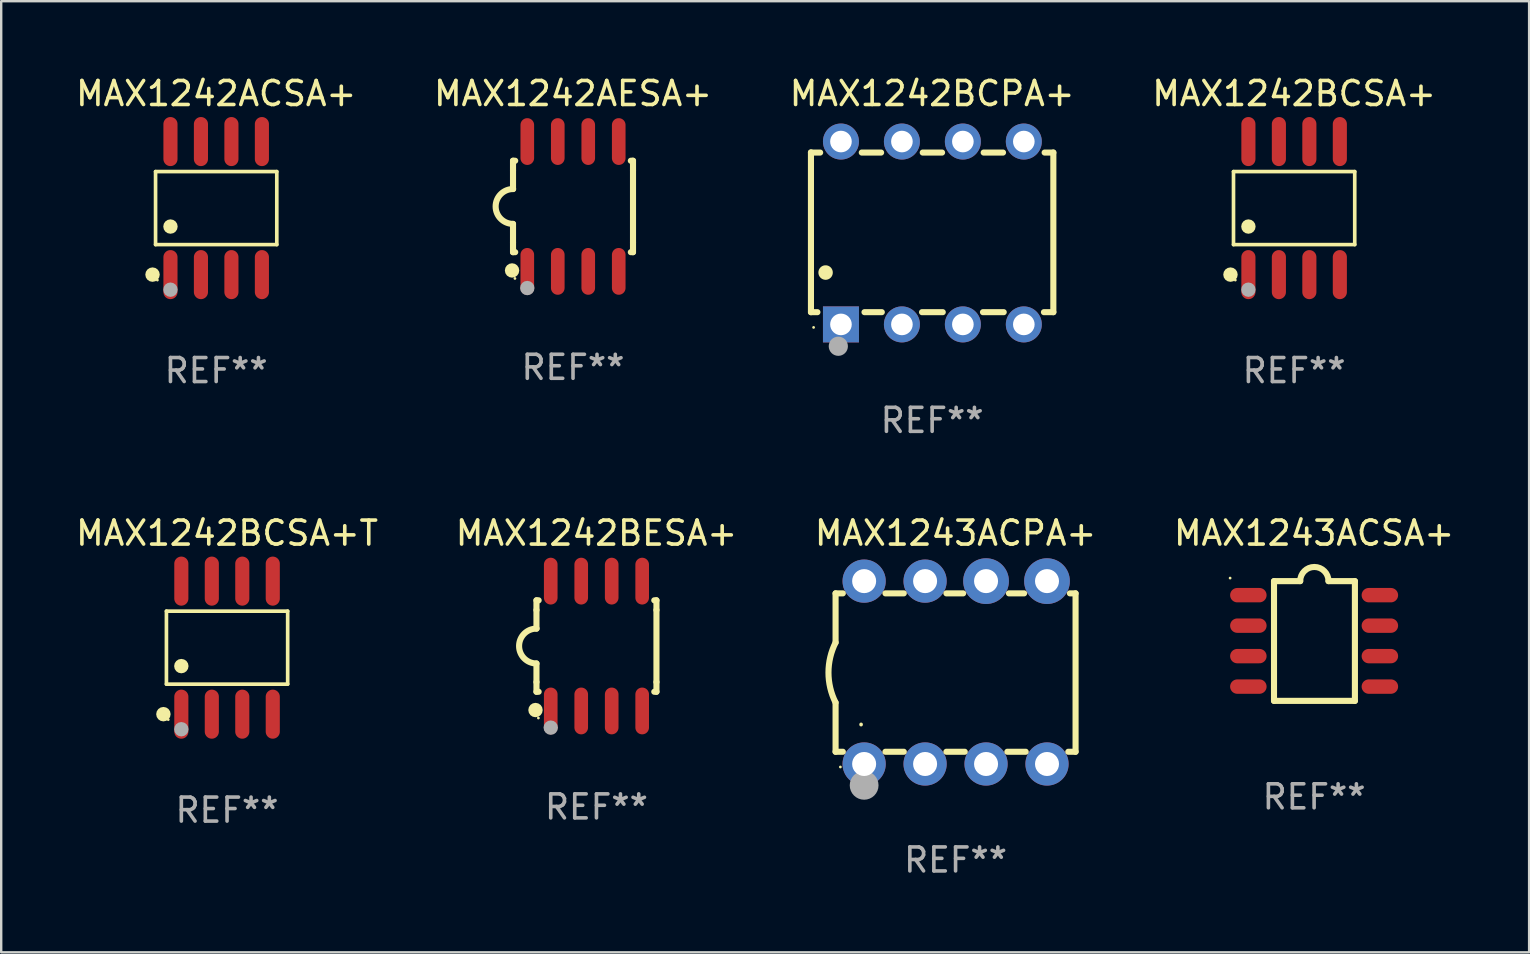
<source format=kicad_pcb>
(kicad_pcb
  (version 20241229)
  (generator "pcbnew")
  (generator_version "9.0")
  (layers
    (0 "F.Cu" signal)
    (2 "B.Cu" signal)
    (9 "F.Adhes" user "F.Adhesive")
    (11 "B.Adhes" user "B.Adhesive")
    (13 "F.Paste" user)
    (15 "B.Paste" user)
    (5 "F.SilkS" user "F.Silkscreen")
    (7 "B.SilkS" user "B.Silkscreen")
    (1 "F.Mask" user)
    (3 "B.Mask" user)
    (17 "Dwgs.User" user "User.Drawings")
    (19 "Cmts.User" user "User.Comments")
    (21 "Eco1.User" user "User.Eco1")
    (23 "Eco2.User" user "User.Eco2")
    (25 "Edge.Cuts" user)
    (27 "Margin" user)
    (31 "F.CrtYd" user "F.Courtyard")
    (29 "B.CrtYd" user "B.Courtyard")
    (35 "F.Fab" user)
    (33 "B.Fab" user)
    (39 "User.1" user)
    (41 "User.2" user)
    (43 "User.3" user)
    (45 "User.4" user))
  (footprint "MAX1242BCPA+"
    (layer "F.Cu")
    (at 35.792 6.658)
    (property "Reference" "MAX1242BCPA+" (at 0 -5.81 0) (layer "F.SilkS") (effects (font (size 1 1) (thickness 0.15))))
    (attr through_hole)
    (fp_line (start -5.05 -3.36) (end -5.05 3.3) (stroke (width 0.254) (type solid)) (layer "F.SilkS"))
    (fp_line (start -5.05 3.3) (end -4.781 3.3) (stroke (width 0.254) (type solid)) (layer "F.SilkS"))
    (fp_line (start -4.667 -3.351) (end -5.05 -3.351) (stroke (width 0.254) (type solid)) (layer "F.SilkS"))
    (fp_line (start -2.819 3.3) (end -2.098 3.3) (stroke (width 0.254) (type solid)) (layer "F.SilkS"))
    (fp_line (start -2.127 -3.351) (end -2.933 -3.351) (stroke (width 0.254) (type solid)) (layer "F.SilkS"))
    (fp_line (start -0.422 3.3) (end 0.442 3.3) (stroke (width 0.254) (type solid)) (layer "F.SilkS"))
    (fp_line (start 0.413 -3.351) (end -0.393 -3.351) (stroke (width 0.254) (type solid)) (layer "F.SilkS"))
    (fp_line (start 2.118 3.3) (end 2.982 3.3) (stroke (width 0.254) (type solid)) (layer "F.SilkS"))
    (fp_line (start 2.953 -3.351) (end 2.147 -3.351) (stroke (width 0.254) (type solid)) (layer "F.SilkS"))
    (fp_line (start 4.658 3.3) (end 5.05 3.3) (stroke (width 0.254) (type solid)) (layer "F.SilkS"))
    (fp_line (start 5.05 -3.351) (end 4.687 -3.351) (stroke (width 0.254) (type solid)) (layer "F.SilkS"))
    (fp_line (start 5.05 3.3) (end 5.05 -3.351) (stroke (width 0.254) (type solid)) (layer "F.SilkS"))
    (fp_arc (start -4.440094 1.651003) (mid -4.440105 1.648463) (end -4.440094 1.645923) (stroke (width 0.6) (type solid)) (layer "F.SilkS"))
    (fp_circle (center -4.94 3.935) (end -4.91 3.935) (stroke (width 0.06) (type solid)) (fill no) (layer "F.SilkS"))
    (fp_circle (center -3.91 4.72) (end -3.71 4.72) (stroke (width 0.4) (type solid)) (fill no) (layer "F.Fab"))
    (fp_text user "REF**" (at 0 7.81 0) (layer "F.Fab") (effects (font (size 1 1) (thickness 0.15))))
    (pad "1" thru_hole rect (at -3.8 3.81) (size 1.5 1.5) (drill 0.9) (layers "*.Cu" "*.Mask"))
    (pad "2" thru_hole circle (at -1.26 3.81) (size 1.5 1.5) (drill 0.9) (layers "*.Cu" "*.Mask"))
    (pad "3" thru_hole circle (at 1.28 3.81) (size 1.5 1.5) (drill 0.9) (layers "*.Cu" "*.Mask"))
    (pad "4" thru_hole circle (at 3.82 3.81) (size 1.5 1.5) (drill 0.9) (layers "*.Cu" "*.Mask"))
    (pad "5" thru_hole circle (at 3.82 -3.81) (size 1.5 1.5) (drill 0.9) (layers "*.Cu" "*.Mask"))
    (pad "6" thru_hole circle (at 1.28 -3.81) (size 1.5 1.5) (drill 0.9) (layers "*.Cu" "*.Mask"))
    (pad "7" thru_hole circle (at -1.26 -3.81) (size 1.5 1.5) (drill 0.9) (layers "*.Cu" "*.Mask"))
    (pad "8" thru_hole circle (at -3.8 -3.81) (size 1.5 1.5) (drill 0.9) (layers "*.Cu" "*.Mask")))
  (footprint "MAX1242BCSA+T"
    (layer "F.Cu")
    (at 6.411 23.937)
    (property "Reference" "MAX1242BCSA+T" (at 0 -4.772 0) (layer "F.SilkS") (effects (font (size 1 1) (thickness 0.15))))
    (attr through_hole)
    (fp_line (start -2.526 -1.521) (end 2.526 -1.521) (stroke (width 0.152) (type solid)) (layer "F.SilkS"))
    (fp_line (start -2.526 1.521) (end -2.526 -1.521) (stroke (width 0.152) (type solid)) (layer "F.SilkS"))
    (fp_line (start 2.526 -1.521) (end 2.526 1.521) (stroke (width 0.152) (type solid)) (layer "F.SilkS"))
    (fp_line (start 2.526 1.521) (end -2.526 1.521) (stroke (width 0.152) (type solid)) (layer "F.SilkS"))
    (fp_circle (center -2.652 2.772) (end -2.501 2.772) (stroke (width 0.3) (type solid)) (fill no) (layer "F.SilkS"))
    (fp_circle (center -2.45 3) (end -2.42 3) (stroke (width 0.06) (type solid)) (fill no) (layer "F.SilkS"))
    (fp_circle (center -1.905 0.769) (end -1.755 0.769) (stroke (width 0.3) (type solid)) (fill no) (layer "F.SilkS"))
    (fp_circle (center -1.905 3.4) (end -1.755 3.4) (stroke (width 0.3) (type solid)) (fill no) (layer "F.Fab"))
    (fp_text user "REF**" (at 0 6.772 0) (layer "F.Fab") (effects (font (size 1 1) (thickness 0.15))))
    (pad "1" smd oval (at -1.905 2.772) (size 0.588 2.045) (layers "F.Cu" "F.Mask" "F.Paste"))
    (pad "2" smd oval (at -0.635 2.772) (size 0.588 2.045) (layers "F.Cu" "F.Mask" "F.Paste"))
    (pad "3" smd oval (at 0.635 2.772) (size 0.588 2.045) (layers "F.Cu" "F.Mask" "F.Paste"))
    (pad "4" smd oval (at 1.905 2.772) (size 0.588 2.045) (layers "F.Cu" "F.Mask" "F.Paste"))
    (pad "5" smd oval (at 1.905 -2.772) (size 0.588 2.045) (layers "F.Cu" "F.Mask" "F.Paste"))
    (pad "6" smd oval (at 0.635 -2.772) (size 0.588 2.045) (layers "F.Cu" "F.Mask" "F.Paste"))
    (pad "7" smd oval (at -0.635 -2.772) (size 0.588 2.045) (layers "F.Cu" "F.Mask" "F.Paste"))
    (pad "8" smd oval (at -1.905 -2.772) (size 0.588 2.045) (layers "F.Cu" "F.Mask" "F.Paste")))
  (footprint "MAX1242BESA+"
    (layer "F.Cu")
    (at 21.804 23.87)
    (property "Reference" "MAX1242BESA+" (at 0 -4.705 0) (layer "F.SilkS") (effects (font (size 1 1) (thickness 0.15))))
    (attr through_hole)
    (fp_line (start -2.5 -1.905) (end -2.409 -1.905) (stroke (width 0.254) (type solid)) (layer "F.SilkS"))
    (fp_line (start -2.5 -1.5) (end -2.5 -1.905) (stroke (width 0.254) (type solid)) (layer "F.SilkS"))
    (fp_line (start -2.5 -1.5) (end -2.5 -0.726) (stroke (width 0.254) (type solid)) (layer "F.SilkS"))
    (fp_line (start -2.5 1.5) (end -2.5 0.727) (stroke (width 0.254) (type solid)) (layer "F.SilkS"))
    (fp_line (start -2.5 1.5) (end -2.5 1.905) (stroke (width 0.254) (type solid)) (layer "F.SilkS"))
    (fp_line (start -2.5 1.905) (end -2.409 1.905) (stroke (width 0.254) (type solid)) (layer "F.SilkS"))
    (fp_line (start 2.5 -1.905) (end 2.409 -1.905) (stroke (width 0.254) (type solid)) (layer "F.SilkS"))
    (fp_line (start 2.5 -1.5) (end 2.5 -1.905) (stroke (width 0.254) (type solid)) (layer "F.SilkS"))
    (fp_line (start 2.5 -1.5) (end 2.5 1.5) (stroke (width 0.254) (type solid)) (layer "F.SilkS"))
    (fp_line (start 2.5 1.5) (end 2.5 1.905) (stroke (width 0.254) (type solid)) (layer "F.SilkS"))
    (fp_line (start 2.5 1.905) (end 2.409 1.905) (stroke (width 0.254) (type solid)) (layer "F.SilkS"))
    (fp_arc (start -2.5 0.726568) (mid -3.220316 -0.0023) (end -2.495097 -0.726289) (stroke (width 0.254001) (type solid)) (layer "F.SilkS"))
    (fp_circle (center -2.54 2.667) (end -2.39 2.667) (stroke (width 0.3) (type solid)) (fill no) (layer "F.SilkS"))
    (fp_circle (center -2.42 3) (end -2.39 3) (stroke (width 0.06) (type solid)) (fill no) (layer "F.SilkS"))
    (fp_circle (center -1.905 3.4) (end -1.755 3.4) (stroke (width 0.3) (type solid)) (fill no) (layer "F.Fab"))
    (fp_text user "REF**" (at 0 6.705 0) (layer "F.Fab") (effects (font (size 1 1) (thickness 0.15))))
    (pad "1" smd oval (at -1.905 2.705) (size 0.568 1.95) (layers "F.Cu" "F.Mask" "F.Paste"))
    (pad "2" smd oval (at -0.635 2.705) (size 0.568 1.95) (layers "F.Cu" "F.Mask" "F.Paste"))
    (pad "3" smd oval (at 0.635 2.705) (size 0.568 1.95) (layers "F.Cu" "F.Mask" "F.Paste"))
    (pad "4" smd oval (at 1.905 2.705) (size 0.568 1.95) (layers "F.Cu" "F.Mask" "F.Paste"))
    (pad "5" smd oval (at 1.905 -2.705) (size 0.568 1.95) (layers "F.Cu" "F.Mask" "F.Paste"))
    (pad "6" smd oval (at 0.635 -2.705) (size 0.568 1.95) (layers "F.Cu" "F.Mask" "F.Paste"))
    (pad "7" smd oval (at -0.635 -2.705) (size 0.568 1.95) (layers "F.Cu" "F.Mask" "F.Paste"))
    (pad "8" smd oval (at -1.905 -2.705) (size 0.568 1.95) (layers "F.Cu" "F.Mask" "F.Paste")))
  (footprint "MAX1243ACSA+"
    (layer "F.Cu")
    (at 51.708 23.66)
    (property "Reference" "MAX1243ACSA+" (at 0 -4.495 0) (layer "F.SilkS") (effects (font (size 1 1) (thickness 0.15))))
    (attr through_hole)
    (fp_line (start -1.671 -2.495) (end -0.58 -2.495) (stroke (width 0.254) (type solid)) (layer "F.SilkS"))
    (fp_line (start -1.671 2.495) (end -1.671 -2.495) (stroke (width 0.254) (type solid)) (layer "F.SilkS"))
    (fp_line (start 0.6 -2.495) (end 1.7 -2.495) (stroke (width 0.254) (type solid)) (layer "F.SilkS"))
    (fp_line (start 1.7 -2.495) (end 1.7 2.495) (stroke (width 0.254) (type solid)) (layer "F.SilkS"))
    (fp_line (start 1.7 2.495) (end -1.671 2.495) (stroke (width 0.254) (type solid)) (layer "F.SilkS"))
    (fp_arc (start -0.58001 -2.495009) (mid 0.009995 -3.083327) (end 0.6 -2.495009) (stroke (width 0.254001) (type solid)) (layer "F.SilkS"))
    (fp_circle (center -3.5 -2.622) (end -3.47 -2.622) (stroke (width 0.06) (type solid)) (fill no) (layer "F.SilkS"))
    (fp_text user "REF**" (at 0 6.495 0) (layer "F.Fab") (effects (font (size 1 1) (thickness 0.15))))
    (pad "1" smd oval (at -2.74 -1.91 90) (size 0.6 1.52) (layers "F.Cu" "F.Mask" "F.Paste"))
    (pad "2" smd oval (at -2.74 -0.64 90) (size 0.6 1.52) (layers "F.Cu" "F.Mask" "F.Paste"))
    (pad "3" smd oval (at -2.74 0.63 90) (size 0.6 1.52) (layers "F.Cu" "F.Mask" "F.Paste"))
    (pad "4" smd oval (at -2.74 1.9 90) (size 0.6 1.52) (layers "F.Cu" "F.Mask" "F.Paste"))
    (pad "5" smd oval (at 2.74 1.9 90) (size 0.6 1.52) (layers "F.Cu" "F.Mask" "F.Paste"))
    (pad "6" smd oval (at 2.74 0.63 90) (size 0.6 1.52) (layers "F.Cu" "F.Mask" "F.Paste"))
    (pad "7" smd oval (at 2.74 -0.64 90) (size 0.6 1.52) (layers "F.Cu" "F.Mask" "F.Paste"))
    (pad "8" smd oval (at 2.74 -1.91 90) (size 0.6 1.52) (layers "F.Cu" "F.Mask" "F.Paste")))
  (footprint "MAX1243ACPA+"
    (layer "F.Cu")
    (at 36.768 24.975)
    (property "Reference" "MAX1243ACPA+" (at 0 -5.81 0) (layer "F.SilkS") (effects (font (size 1 1) (thickness 0.15))))
    (attr through_hole)
    (fp_line (start -5 -3.3) (end -5 -1.25) (stroke (width 0.254) (type solid)) (layer "F.SilkS"))
    (fp_line (start -5 -3.3) (end -4.698 -3.3) (stroke (width 0.254) (type solid)) (layer "F.SilkS"))
    (fp_line (start -5 3.3) (end -5 1.25) (stroke (width 0.254) (type solid)) (layer "F.SilkS"))
    (fp_line (start -5 3.3) (end -4.698 3.3) (stroke (width 0.254) (type solid)) (layer "F.SilkS"))
    (fp_line (start -2.922 -3.3) (end -2.158 -3.3) (stroke (width 0.254) (type solid)) (layer "F.SilkS"))
    (fp_line (start -2.922 3.3) (end -2.158 3.3) (stroke (width 0.254) (type solid)) (layer "F.SilkS"))
    (fp_line (start -0.382 -3.3) (end 0.316 -3.3) (stroke (width 0.254) (type solid)) (layer "F.SilkS"))
    (fp_line (start -0.382 3.3) (end 0.382 3.3) (stroke (width 0.254) (type solid)) (layer "F.SilkS"))
    (fp_line (start 2.158 3.3) (end 2.922 3.3) (stroke (width 0.254) (type solid)) (layer "F.SilkS"))
    (fp_line (start 2.224 -3.3) (end 2.856 -3.3) (stroke (width 0.254) (type solid)) (layer "F.SilkS"))
    (fp_line (start 4.698 3.3) (end 5 3.3) (stroke (width 0.254) (type solid)) (layer "F.SilkS"))
    (fp_line (start 4.764 -3.3) (end 5 -3.3) (stroke (width 0.254) (type solid)) (layer "F.SilkS"))
    (fp_line (start 5 -3.3) (end 5 3.3) (stroke (width 0.254) (type solid)) (layer "F.SilkS"))
    (fp_arc (start -5.00127 1.249682) (mid -5.295892 -0.000313) (end -5.000025 -1.250013) (stroke (width 0.254001) (type solid)) (layer "F.SilkS"))
    (fp_arc (start -3.937262 2.170256) (mid -3.937197 2.164629) (end -3.937008 2.159004) (stroke (width 0.149987) (type solid)) (layer "F.SilkS"))
    (fp_circle (center -4.8 3.935) (end -4.77 3.935) (stroke (width 0.06) (type solid)) (fill no) (layer "F.SilkS"))
    (fp_circle (center -3.81 4.699) (end -3.51 4.699) (stroke (width 0.6) (type solid)) (fill no) (layer "F.Fab"))
    (fp_text user "REF**" (at 0 7.81 0) (layer "F.Fab") (effects (font (size 1 1) (thickness 0.15))))
    (pad "1" thru_hole circle (at -3.81 3.81) (size 1.8 1.8) (drill 1) (layers "*.Cu" "*.Mask"))
    (pad "2" thru_hole circle (at -1.27 3.81) (size 1.8 1.8) (drill 1) (layers "*.Cu" "*.Mask"))
    (pad "3" thru_hole circle (at 1.27 3.81) (size 1.8 1.8) (drill 1) (layers "*.Cu" "*.Mask"))
    (pad "4" thru_hole circle (at 3.81 3.81) (size 1.8 1.8) (drill 1) (layers "*.Cu" "*.Mask"))
    (pad "5" thru_hole circle (at 3.81 -3.81) (size 1.905 1.905) (drill 1) (layers "*.Cu" "*.Mask"))
    (pad "6" thru_hole circle (at 1.27 -3.81) (size 1.905 1.905) (drill 1) (layers "*.Cu" "*.Mask"))
    (pad "7" thru_hole circle (at -1.27 -3.81) (size 1.8 1.8) (drill 1) (layers "*.Cu" "*.Mask"))
    (pad "8" thru_hole circle (at -3.81 -3.81) (size 1.8 1.8) (drill 1) (layers "*.Cu" "*.Mask")))
  (footprint "MAX1242AESA+"
    (layer "F.Cu")
    (at 20.827 5.553)
    (property "Reference" "MAX1242AESA+" (at 0 -4.705 0) (layer "F.SilkS") (effects (font (size 1 1) (thickness 0.15))))
    (attr through_hole)
    (fp_line (start -2.5 -1.905) (end -2.409 -1.905) (stroke (width 0.254) (type solid)) (layer "F.SilkS"))
    (fp_line (start -2.5 -1.5) (end -2.5 -1.905) (stroke (width 0.254) (type solid)) (layer "F.SilkS"))
    (fp_line (start -2.5 -1.5) (end -2.5 -0.726) (stroke (width 0.254) (type solid)) (layer "F.SilkS"))
    (fp_line (start -2.5 1.5) (end -2.5 0.727) (stroke (width 0.254) (type solid)) (layer "F.SilkS"))
    (fp_line (start -2.5 1.5) (end -2.5 1.905) (stroke (width 0.254) (type solid)) (layer "F.SilkS"))
    (fp_line (start -2.5 1.905) (end -2.409 1.905) (stroke (width 0.254) (type solid)) (layer "F.SilkS"))
    (fp_line (start 2.5 -1.905) (end 2.409 -1.905) (stroke (width 0.254) (type solid)) (layer "F.SilkS"))
    (fp_line (start 2.5 -1.5) (end 2.5 -1.905) (stroke (width 0.254) (type solid)) (layer "F.SilkS"))
    (fp_line (start 2.5 -1.5) (end 2.5 1.5) (stroke (width 0.254) (type solid)) (layer "F.SilkS"))
    (fp_line (start 2.5 1.5) (end 2.5 1.905) (stroke (width 0.254) (type solid)) (layer "F.SilkS"))
    (fp_line (start 2.5 1.905) (end 2.409 1.905) (stroke (width 0.254) (type solid)) (layer "F.SilkS"))
    (fp_arc (start -2.5 0.726568) (mid -3.220316 -0.0023) (end -2.495097 -0.726289) (stroke (width 0.254001) (type solid)) (layer "F.SilkS"))
    (fp_circle (center -2.54 2.667) (end -2.39 2.667) (stroke (width 0.3) (type solid)) (fill no) (layer "F.SilkS"))
    (fp_circle (center -2.42 3) (end -2.39 3) (stroke (width 0.06) (type solid)) (fill no) (layer "F.SilkS"))
    (fp_circle (center -1.905 3.4) (end -1.755 3.4) (stroke (width 0.3) (type solid)) (fill no) (layer "F.Fab"))
    (fp_text user "REF**" (at 0 6.705 0) (layer "F.Fab") (effects (font (size 1 1) (thickness 0.15))))
    (pad "1" smd oval (at -1.905 2.705) (size 0.568 1.95) (layers "F.Cu" "F.Mask" "F.Paste"))
    (pad "2" smd oval (at -0.635 2.705) (size 0.568 1.95) (layers "F.Cu" "F.Mask" "F.Paste"))
    (pad "3" smd oval (at 0.635 2.705) (size 0.568 1.95) (layers "F.Cu" "F.Mask" "F.Paste"))
    (pad "4" smd oval (at 1.905 2.705) (size 0.568 1.95) (layers "F.Cu" "F.Mask" "F.Paste"))
    (pad "5" smd oval (at 1.905 -2.705) (size 0.568 1.95) (layers "F.Cu" "F.Mask" "F.Paste"))
    (pad "6" smd oval (at 0.635 -2.705) (size 0.568 1.95) (layers "F.Cu" "F.Mask" "F.Paste"))
    (pad "7" smd oval (at -0.635 -2.705) (size 0.568 1.95) (layers "F.Cu" "F.Mask" "F.Paste"))
    (pad "8" smd oval (at -1.905 -2.705) (size 0.568 1.95) (layers "F.Cu" "F.Mask" "F.Paste")))
  (footprint "MAX1242ACSA+"
    (layer "F.Cu")
    (at 5.958 5.621)
    (property "Reference" "MAX1242ACSA+" (at 0 -4.772 0) (layer "F.SilkS") (effects (font (size 1 1) (thickness 0.15))))
    (attr through_hole)
    (fp_line (start -2.526 -1.521) (end 2.526 -1.521) (stroke (width 0.152) (type solid)) (layer "F.SilkS"))
    (fp_line (start -2.526 1.521) (end -2.526 -1.521) (stroke (width 0.152) (type solid)) (layer "F.SilkS"))
    (fp_line (start 2.526 -1.521) (end 2.526 1.521) (stroke (width 0.152) (type solid)) (layer "F.SilkS"))
    (fp_line (start 2.526 1.521) (end -2.526 1.521) (stroke (width 0.152) (type solid)) (layer "F.SilkS"))
    (fp_circle (center -2.652 2.772) (end -2.501 2.772) (stroke (width 0.3) (type solid)) (fill no) (layer "F.SilkS"))
    (fp_circle (center -2.45 3) (end -2.42 3) (stroke (width 0.06) (type solid)) (fill no) (layer "F.SilkS"))
    (fp_circle (center -1.905 0.769) (end -1.755 0.769) (stroke (width 0.3) (type solid)) (fill no) (layer "F.SilkS"))
    (fp_circle (center -1.905 3.4) (end -1.755 3.4) (stroke (width 0.3) (type solid)) (fill no) (layer "F.Fab"))
    (fp_text user "REF**" (at 0 6.772 0) (layer "F.Fab") (effects (font (size 1 1) (thickness 0.15))))
    (pad "1" smd oval (at -1.905 2.772) (size 0.588 2.045) (layers "F.Cu" "F.Mask" "F.Paste"))
    (pad "2" smd oval (at -0.635 2.772) (size 0.588 2.045) (layers "F.Cu" "F.Mask" "F.Paste"))
    (pad "3" smd oval (at 0.635 2.772) (size 0.588 2.045) (layers "F.Cu" "F.Mask" "F.Paste"))
    (pad "4" smd oval (at 1.905 2.772) (size 0.588 2.045) (layers "F.Cu" "F.Mask" "F.Paste"))
    (pad "5" smd oval (at 1.905 -2.772) (size 0.588 2.045) (layers "F.Cu" "F.Mask" "F.Paste"))
    (pad "6" smd oval (at 0.635 -2.772) (size 0.588 2.045) (layers "F.Cu" "F.Mask" "F.Paste"))
    (pad "7" smd oval (at -0.635 -2.772) (size 0.588 2.045) (layers "F.Cu" "F.Mask" "F.Paste"))
    (pad "8" smd oval (at -1.905 -2.772) (size 0.588 2.045) (layers "F.Cu" "F.Mask" "F.Paste")))
  (footprint "MAX1242BCSA+"
    (layer "F.Cu")
    (at 50.875 5.621)
    (property "Reference" "MAX1242BCSA+" (at 0 -4.772 0) (layer "F.SilkS") (effects (font (size 1 1) (thickness 0.15))))
    (attr through_hole)
    (fp_line (start -2.526 -1.521) (end 2.526 -1.521) (stroke (width 0.152) (type solid)) (layer "F.SilkS"))
    (fp_line (start -2.526 1.521) (end -2.526 -1.521) (stroke (width 0.152) (type solid)) (layer "F.SilkS"))
    (fp_line (start 2.526 -1.521) (end 2.526 1.521) (stroke (width 0.152) (type solid)) (layer "F.SilkS"))
    (fp_line (start 2.526 1.521) (end -2.526 1.521) (stroke (width 0.152) (type solid)) (layer "F.SilkS"))
    (fp_circle (center -2.652 2.772) (end -2.501 2.772) (stroke (width 0.3) (type solid)) (fill no) (layer "F.SilkS"))
    (fp_circle (center -2.45 3) (end -2.42 3) (stroke (width 0.06) (type solid)) (fill no) (layer "F.SilkS"))
    (fp_circle (center -1.905 0.769) (end -1.755 0.769) (stroke (width 0.3) (type solid)) (fill no) (layer "F.SilkS"))
    (fp_circle (center -1.905 3.4) (end -1.755 3.4) (stroke (width 0.3) (type solid)) (fill no) (layer "F.Fab"))
    (fp_text user "REF**" (at 0 6.772 0) (layer "F.Fab") (effects (font (size 1 1) (thickness 0.15))))
    (pad "1" smd oval (at -1.905 2.772) (size 0.588 2.045) (layers "F.Cu" "F.Mask" "F.Paste"))
    (pad "2" smd oval (at -0.635 2.772) (size 0.588 2.045) (layers "F.Cu" "F.Mask" "F.Paste"))
    (pad "3" smd oval (at 0.635 2.772) (size 0.588 2.045) (layers "F.Cu" "F.Mask" "F.Paste"))
    (pad "4" smd oval (at 1.905 2.772) (size 0.588 2.045) (layers "F.Cu" "F.Mask" "F.Paste"))
    (pad "5" smd oval (at 1.905 -2.772) (size 0.588 2.045) (layers "F.Cu" "F.Mask" "F.Paste"))
    (pad "6" smd oval (at 0.635 -2.772) (size 0.588 2.045) (layers "F.Cu" "F.Mask" "F.Paste"))
    (pad "7" smd oval (at -0.635 -2.772) (size 0.588 2.045) (layers "F.Cu" "F.Mask" "F.Paste"))
    (pad "8" smd oval (at -1.905 -2.772) (size 0.588 2.045) (layers "F.Cu" "F.Mask" "F.Paste")))
  (gr_rect
    (start -3 -3)
    (end 60.667 36.633)
    (stroke (width 0.1) (type default))
    (fill no)
    (layer "Edge.Cuts")))
</source>
